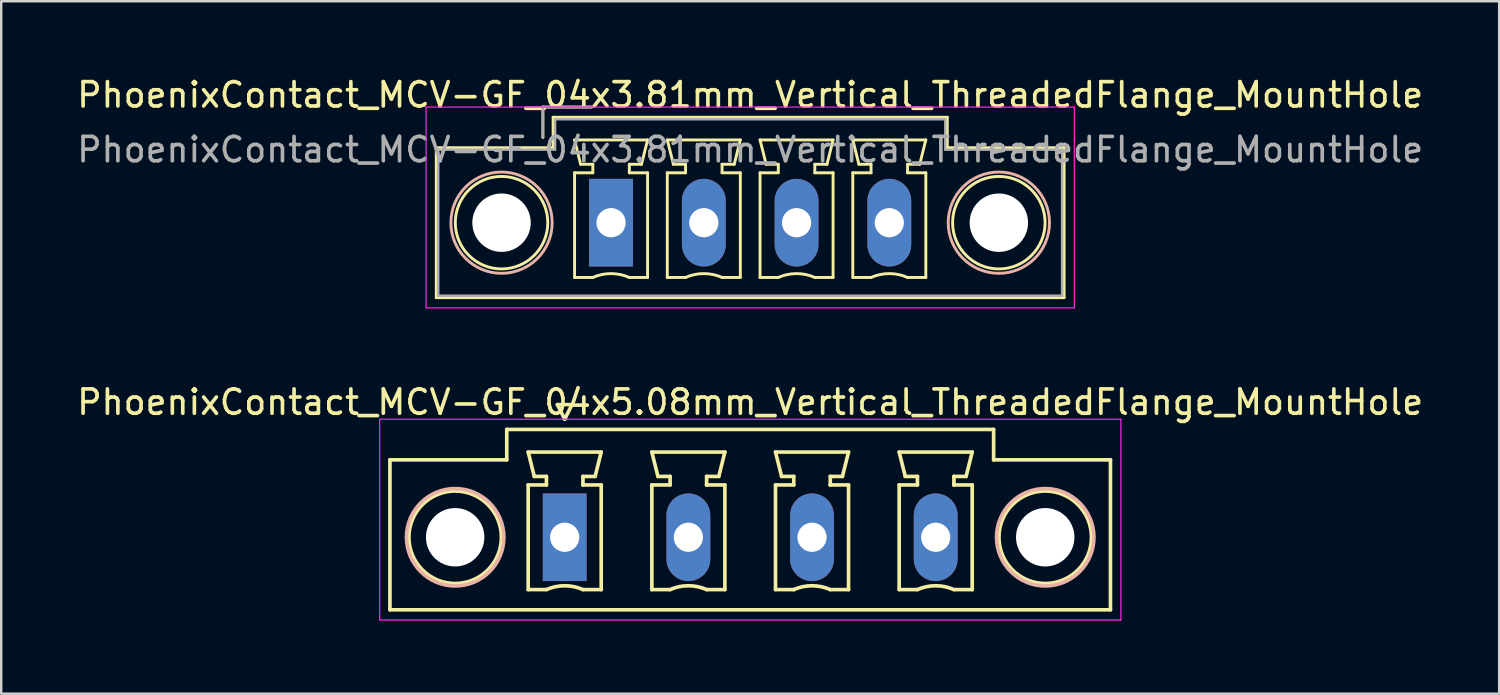
<source format=kicad_pcb>
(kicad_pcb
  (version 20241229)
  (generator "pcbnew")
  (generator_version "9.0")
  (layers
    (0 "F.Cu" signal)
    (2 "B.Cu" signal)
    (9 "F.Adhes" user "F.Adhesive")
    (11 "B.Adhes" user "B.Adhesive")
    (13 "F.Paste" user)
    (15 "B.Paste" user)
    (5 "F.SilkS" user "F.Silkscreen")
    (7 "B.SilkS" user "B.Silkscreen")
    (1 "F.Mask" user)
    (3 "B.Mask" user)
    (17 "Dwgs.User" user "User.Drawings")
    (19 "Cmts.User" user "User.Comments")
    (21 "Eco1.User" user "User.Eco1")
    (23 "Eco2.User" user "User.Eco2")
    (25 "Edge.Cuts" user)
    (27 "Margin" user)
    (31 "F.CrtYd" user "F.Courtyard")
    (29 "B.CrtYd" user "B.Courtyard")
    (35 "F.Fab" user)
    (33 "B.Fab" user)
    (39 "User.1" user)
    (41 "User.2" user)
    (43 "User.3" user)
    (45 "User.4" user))
  (footprint "PhoenixContact_MCV-GF_04x3.81mm_Vertical_ThreadedFlange_MountHole"
    (layer "F.Cu")
    (at 22.053 6.098)
    (property "Reference" "PhoenixContact_MCV-GF_04x3.81mm_Vertical_ThreadedFlange_MountHole" (at 5.715 -5.25 0) (layer "F.SilkS") (effects (font (size 1 1) (thickness 0.15))))
    (attr through_hole)
    (fp_line (start -7.18 -3.08) (end -7.18 3.08) (stroke (width 0.12) (type solid)) (layer "F.SilkS"))
    (fp_line (start -7.18 3.08) (end 18.61 3.08) (stroke (width 0.12) (type solid)) (layer "F.SilkS"))
    (fp_line (start -2.8 -4.75) (end -0.8 -4.75) (stroke (width 0.12) (type solid)) (layer "F.SilkS"))
    (fp_line (start -2.8 -3.5) (end -2.8 -4.75) (stroke (width 0.12) (type solid)) (layer "F.SilkS"))
    (fp_line (start -2.38 -4.33) (end -2.38 -3.08) (stroke (width 0.12) (type solid)) (layer "F.SilkS"))
    (fp_line (start -2.38 -3.08) (end -7.18 -3.08) (stroke (width 0.12) (type solid)) (layer "F.SilkS"))
    (fp_line (start -1.5 -3.4) (end 1.5 -3.4) (stroke (width 0.12) (type solid)) (layer "F.SilkS"))
    (fp_line (start -1.5 -2.05) (end -0.75 -2.05) (stroke (width 0.12) (type solid)) (layer "F.SilkS"))
    (fp_line (start -1.5 2.25) (end -1.5 -2.05) (stroke (width 0.12) (type solid)) (layer "F.SilkS"))
    (fp_line (start -1.25 -2.4) (end -1.5 -3.4) (stroke (width 0.12) (type solid)) (layer "F.SilkS"))
    (fp_line (start -0.75 -2.4) (end -1.25 -2.4) (stroke (width 0.12) (type solid)) (layer "F.SilkS"))
    (fp_line (start -0.75 -2.05) (end -0.75 -2.4) (stroke (width 0.12) (type solid)) (layer "F.SilkS"))
    (fp_line (start -0.75 2.25) (end -1.5 2.25) (stroke (width 0.12) (type solid)) (layer "F.SilkS"))
    (fp_line (start 0.75 -2.4) (end 0.75 -2.05) (stroke (width 0.12) (type solid)) (layer "F.SilkS"))
    (fp_line (start 0.75 -2.05) (end 1.5 -2.05) (stroke (width 0.12) (type solid)) (layer "F.SilkS"))
    (fp_line (start 1.25 -2.4) (end 0.75 -2.4) (stroke (width 0.12) (type solid)) (layer "F.SilkS"))
    (fp_line (start 1.5 -3.4) (end 1.25 -2.4) (stroke (width 0.12) (type solid)) (layer "F.SilkS"))
    (fp_line (start 1.5 -2.05) (end 1.5 2.25) (stroke (width 0.12) (type solid)) (layer "F.SilkS"))
    (fp_line (start 1.5 2.25) (end 0.75 2.25) (stroke (width 0.12) (type solid)) (layer "F.SilkS"))
    (fp_line (start 2.31 -3.4) (end 5.31 -3.4) (stroke (width 0.12) (type solid)) (layer "F.SilkS"))
    (fp_line (start 2.31 -2.05) (end 3.06 -2.05) (stroke (width 0.12) (type solid)) (layer "F.SilkS"))
    (fp_line (start 2.31 2.25) (end 2.31 -2.05) (stroke (width 0.12) (type solid)) (layer "F.SilkS"))
    (fp_line (start 2.56 -2.4) (end 2.31 -3.4) (stroke (width 0.12) (type solid)) (layer "F.SilkS"))
    (fp_line (start 3.06 -2.4) (end 2.56 -2.4) (stroke (width 0.12) (type solid)) (layer "F.SilkS"))
    (fp_line (start 3.06 -2.05) (end 3.06 -2.4) (stroke (width 0.12) (type solid)) (layer "F.SilkS"))
    (fp_line (start 3.06 2.25) (end 2.31 2.25) (stroke (width 0.12) (type solid)) (layer "F.SilkS"))
    (fp_line (start 4.56 -2.4) (end 4.56 -2.05) (stroke (width 0.12) (type solid)) (layer "F.SilkS"))
    (fp_line (start 4.56 -2.05) (end 5.31 -2.05) (stroke (width 0.12) (type solid)) (layer "F.SilkS"))
    (fp_line (start 5.06 -2.4) (end 4.56 -2.4) (stroke (width 0.12) (type solid)) (layer "F.SilkS"))
    (fp_line (start 5.31 -3.4) (end 5.06 -2.4) (stroke (width 0.12) (type solid)) (layer "F.SilkS"))
    (fp_line (start 5.31 -2.05) (end 5.31 2.25) (stroke (width 0.12) (type solid)) (layer "F.SilkS"))
    (fp_line (start 5.31 2.25) (end 4.56 2.25) (stroke (width 0.12) (type solid)) (layer "F.SilkS"))
    (fp_line (start 6.12 -3.4) (end 9.12 -3.4) (stroke (width 0.12) (type solid)) (layer "F.SilkS"))
    (fp_line (start 6.12 -2.05) (end 6.87 -2.05) (stroke (width 0.12) (type solid)) (layer "F.SilkS"))
    (fp_line (start 6.12 2.25) (end 6.12 -2.05) (stroke (width 0.12) (type solid)) (layer "F.SilkS"))
    (fp_line (start 6.37 -2.4) (end 6.12 -3.4) (stroke (width 0.12) (type solid)) (layer "F.SilkS"))
    (fp_line (start 6.87 -2.4) (end 6.37 -2.4) (stroke (width 0.12) (type solid)) (layer "F.SilkS"))
    (fp_line (start 6.87 -2.05) (end 6.87 -2.4) (stroke (width 0.12) (type solid)) (layer "F.SilkS"))
    (fp_line (start 6.87 2.25) (end 6.12 2.25) (stroke (width 0.12) (type solid)) (layer "F.SilkS"))
    (fp_line (start 8.37 -2.4) (end 8.37 -2.05) (stroke (width 0.12) (type solid)) (layer "F.SilkS"))
    (fp_line (start 8.37 -2.05) (end 9.12 -2.05) (stroke (width 0.12) (type solid)) (layer "F.SilkS"))
    (fp_line (start 8.87 -2.4) (end 8.37 -2.4) (stroke (width 0.12) (type solid)) (layer "F.SilkS"))
    (fp_line (start 9.12 -3.4) (end 8.87 -2.4) (stroke (width 0.12) (type solid)) (layer "F.SilkS"))
    (fp_line (start 9.12 -2.05) (end 9.12 2.25) (stroke (width 0.12) (type solid)) (layer "F.SilkS"))
    (fp_line (start 9.12 2.25) (end 8.37 2.25) (stroke (width 0.12) (type solid)) (layer "F.SilkS"))
    (fp_line (start 9.93 -3.4) (end 12.93 -3.4) (stroke (width 0.12) (type solid)) (layer "F.SilkS"))
    (fp_line (start 9.93 -2.05) (end 10.68 -2.05) (stroke (width 0.12) (type solid)) (layer "F.SilkS"))
    (fp_line (start 9.93 2.25) (end 9.93 -2.05) (stroke (width 0.12) (type solid)) (layer "F.SilkS"))
    (fp_line (start 10.18 -2.4) (end 9.93 -3.4) (stroke (width 0.12) (type solid)) (layer "F.SilkS"))
    (fp_line (start 10.68 -2.4) (end 10.18 -2.4) (stroke (width 0.12) (type solid)) (layer "F.SilkS"))
    (fp_line (start 10.68 -2.05) (end 10.68 -2.4) (stroke (width 0.12) (type solid)) (layer "F.SilkS"))
    (fp_line (start 10.68 2.25) (end 9.93 2.25) (stroke (width 0.12) (type solid)) (layer "F.SilkS"))
    (fp_line (start 12.18 -2.4) (end 12.18 -2.05) (stroke (width 0.12) (type solid)) (layer "F.SilkS"))
    (fp_line (start 12.18 -2.05) (end 12.93 -2.05) (stroke (width 0.12) (type solid)) (layer "F.SilkS"))
    (fp_line (start 12.68 -2.4) (end 12.18 -2.4) (stroke (width 0.12) (type solid)) (layer "F.SilkS"))
    (fp_line (start 12.93 -3.4) (end 12.68 -2.4) (stroke (width 0.12) (type solid)) (layer "F.SilkS"))
    (fp_line (start 12.93 -2.05) (end 12.93 2.25) (stroke (width 0.12) (type solid)) (layer "F.SilkS"))
    (fp_line (start 12.93 2.25) (end 12.18 2.25) (stroke (width 0.12) (type solid)) (layer "F.SilkS"))
    (fp_line (start 13.81 -4.33) (end -2.38 -4.33) (stroke (width 0.12) (type solid)) (layer "F.SilkS"))
    (fp_line (start 13.81 -3.08) (end 13.81 -4.33) (stroke (width 0.12) (type solid)) (layer "F.SilkS"))
    (fp_line (start 18.61 -3.08) (end 13.81 -3.08) (stroke (width 0.12) (type solid)) (layer "F.SilkS"))
    (fp_line (start 18.61 3.08) (end 18.61 -3.08) (stroke (width 0.12) (type solid)) (layer "F.SilkS"))
    (fp_arc (start -0.75 2.25) (mid -0.000193 2.09191) (end 0.749647 2.249844) (stroke (width 0.12) (type solid)) (layer "F.SilkS"))
    (fp_arc (start 3.06 2.25) (mid 3.809807 2.09191) (end 4.559647 2.249844) (stroke (width 0.12) (type solid)) (layer "F.SilkS"))
    (fp_arc (start 6.87 2.25) (mid 7.619807 2.09191) (end 8.369647 2.249844) (stroke (width 0.12) (type solid)) (layer "F.SilkS"))
    (fp_arc (start 10.68 2.25) (mid 11.429807 2.09191) (end 12.179647 2.249844) (stroke (width 0.12) (type solid)) (layer "F.SilkS"))
    (fp_circle (center -4.5 0) (end -2.6 0) (stroke (width 0.12) (type solid)) (fill no) (layer "F.SilkS"))
    (fp_circle (center 15.93 0) (end 17.83 0) (stroke (width 0.12) (type solid)) (fill no) (layer "F.SilkS"))
    (fp_circle (center -4.5 0) (end -2.42 0) (stroke (width 0.12) (type solid)) (fill no) (layer "B.SilkS"))
    (fp_circle (center 15.93 0) (end 18.01 0) (stroke (width 0.12) (type solid)) (fill no) (layer "B.SilkS"))
    (fp_line (start -7.6 -4.75) (end -7.6 3.5) (stroke (width 0.05) (type solid)) (layer "F.CrtYd"))
    (fp_line (start -7.6 3.5) (end 19.03 3.5) (stroke (width 0.05) (type solid)) (layer "F.CrtYd"))
    (fp_line (start 19.03 -4.75) (end -7.6 -4.75) (stroke (width 0.05) (type solid)) (layer "F.CrtYd"))
    (fp_line (start 19.03 3.5) (end 19.03 -4.75) (stroke (width 0.05) (type solid)) (layer "F.CrtYd"))
    (fp_line (start -7.1 -3) (end -7.1 3) (stroke (width 0.1) (type solid)) (layer "F.Fab"))
    (fp_line (start -7.1 3) (end 18.53 3) (stroke (width 0.1) (type solid)) (layer "F.Fab"))
    (fp_line (start -2.8 -4.75) (end -0.8 -4.75) (stroke (width 0.1) (type solid)) (layer "F.Fab"))
    (fp_line (start -2.8 -3.5) (end -2.8 -4.75) (stroke (width 0.1) (type solid)) (layer "F.Fab"))
    (fp_line (start -2.3 -4.25) (end -2.3 -3) (stroke (width 0.1) (type solid)) (layer "F.Fab"))
    (fp_line (start -2.3 -3) (end -7.1 -3) (stroke (width 0.1) (type solid)) (layer "F.Fab"))
    (fp_line (start 13.73 -4.25) (end -2.3 -4.25) (stroke (width 0.1) (type solid)) (layer "F.Fab"))
    (fp_line (start 13.73 -3) (end 13.73 -4.25) (stroke (width 0.1) (type solid)) (layer "F.Fab"))
    (fp_line (start 18.53 -3) (end 13.73 -3) (stroke (width 0.1) (type solid)) (layer "F.Fab"))
    (fp_line (start 18.53 3) (end 18.53 -3) (stroke (width 0.1) (type solid)) (layer "F.Fab"))
    (fp_text user "${REFERENCE}" (at 5.715 -3 0) (layer "F.Fab") (effects (font (size 1 1) (thickness 0.15))))
    (pad "" np_thru_hole circle (at -4.5 0) (size 2.4 2.4) (drill 2.4) (layers "*.Cu" "*.Mask"))
    (pad "" np_thru_hole circle (at 15.93 0) (size 2.4 2.4) (drill 2.4) (layers "*.Cu" "*.Mask"))
    (pad "1" thru_hole rect (at 0 0) (size 1.8 3.6) (drill 1.2) (layers "*.Cu" "*.Mask"))
    (pad "2" thru_hole oval (at 3.81 0) (size 1.8 3.6) (drill 1.2) (layers "*.Cu" "*.Mask"))
    (pad "3" thru_hole oval (at 7.62 0) (size 1.8 3.6) (drill 1.2) (layers "*.Cu" "*.Mask"))
    (pad "4" thru_hole oval (at 11.43 0) (size 1.8 3.6) (drill 1.2) (layers "*.Cu" "*.Mask")))
  (footprint "PhoenixContact_MCV-GF_04x5.08mm_Vertical_ThreadedFlange_MountHole"
    (layer "F.Cu")
    (at 20.148 19.021)
    (property "Reference" "PhoenixContact_MCV-GF_04x5.08mm_Vertical_ThreadedFlange_MountHole" (at 7.62 -5.55 0) (layer "F.SilkS") (effects (font (size 1 1) (thickness 0.15))))
    (attr through_hole)
    (fp_line (start -7.18 -3.18) (end -7.18 2.98) (stroke (width 0.15) (type solid)) (layer "F.SilkS"))
    (fp_line (start -7.18 2.98) (end 22.42 2.98) (stroke (width 0.15) (type solid)) (layer "F.SilkS"))
    (fp_line (start -2.38 -4.43) (end -2.38 -3.18) (stroke (width 0.15) (type solid)) (layer "F.SilkS"))
    (fp_line (start -2.38 -3.18) (end -7.18 -3.18) (stroke (width 0.15) (type solid)) (layer "F.SilkS"))
    (fp_line (start -1.5 -3.5) (end 1.5 -3.5) (stroke (width 0.15) (type solid)) (layer "F.SilkS"))
    (fp_line (start -1.5 -2.15) (end -0.75 -2.15) (stroke (width 0.15) (type solid)) (layer "F.SilkS"))
    (fp_line (start -1.5 2.15) (end -1.5 -2.15) (stroke (width 0.15) (type solid)) (layer "F.SilkS"))
    (fp_line (start -1.25 -2.5) (end -1.5 -3.5) (stroke (width 0.15) (type solid)) (layer "F.SilkS"))
    (fp_line (start -0.75 -2.5) (end -1.25 -2.5) (stroke (width 0.15) (type solid)) (layer "F.SilkS"))
    (fp_line (start -0.75 -2.15) (end -0.75 -2.5) (stroke (width 0.15) (type solid)) (layer "F.SilkS"))
    (fp_line (start -0.75 2.15) (end -1.5 2.15) (stroke (width 0.15) (type solid)) (layer "F.SilkS"))
    (fp_line (start -0.3 -5.45) (end 0 -4.85) (stroke (width 0.15) (type solid)) (layer "F.SilkS"))
    (fp_line (start 0 -4.85) (end 0.3 -5.45) (stroke (width 0.15) (type solid)) (layer "F.SilkS"))
    (fp_line (start 0.3 -5.45) (end -0.3 -5.45) (stroke (width 0.15) (type solid)) (layer "F.SilkS"))
    (fp_line (start 0.75 -2.5) (end 0.75 -2.15) (stroke (width 0.15) (type solid)) (layer "F.SilkS"))
    (fp_line (start 0.75 -2.15) (end 0.75 -2.15) (stroke (width 0.15) (type solid)) (layer "F.SilkS"))
    (fp_line (start 0.75 -2.15) (end 1.5 -2.15) (stroke (width 0.15) (type solid)) (layer "F.SilkS"))
    (fp_line (start 1.25 -2.5) (end 0.75 -2.5) (stroke (width 0.15) (type solid)) (layer "F.SilkS"))
    (fp_line (start 1.5 -3.5) (end 1.25 -2.5) (stroke (width 0.15) (type solid)) (layer "F.SilkS"))
    (fp_line (start 1.5 -2.15) (end 1.5 2.15) (stroke (width 0.15) (type solid)) (layer "F.SilkS"))
    (fp_line (start 1.5 2.15) (end 0.75 2.15) (stroke (width 0.15) (type solid)) (layer "F.SilkS"))
    (fp_line (start 3.58 -3.5) (end 6.58 -3.5) (stroke (width 0.15) (type solid)) (layer "F.SilkS"))
    (fp_line (start 3.58 -2.15) (end 4.33 -2.15) (stroke (width 0.15) (type solid)) (layer "F.SilkS"))
    (fp_line (start 3.58 2.15) (end 3.58 -2.15) (stroke (width 0.15) (type solid)) (layer "F.SilkS"))
    (fp_line (start 3.83 -2.5) (end 3.58 -3.5) (stroke (width 0.15) (type solid)) (layer "F.SilkS"))
    (fp_line (start 4.33 -2.5) (end 3.83 -2.5) (stroke (width 0.15) (type solid)) (layer "F.SilkS"))
    (fp_line (start 4.33 -2.15) (end 4.33 -2.5) (stroke (width 0.15) (type solid)) (layer "F.SilkS"))
    (fp_line (start 4.33 2.15) (end 3.58 2.15) (stroke (width 0.15) (type solid)) (layer "F.SilkS"))
    (fp_line (start 5.83 -2.5) (end 5.83 -2.15) (stroke (width 0.15) (type solid)) (layer "F.SilkS"))
    (fp_line (start 5.83 -2.15) (end 5.83 -2.15) (stroke (width 0.15) (type solid)) (layer "F.SilkS"))
    (fp_line (start 5.83 -2.15) (end 6.58 -2.15) (stroke (width 0.15) (type solid)) (layer "F.SilkS"))
    (fp_line (start 6.33 -2.5) (end 5.83 -2.5) (stroke (width 0.15) (type solid)) (layer "F.SilkS"))
    (fp_line (start 6.58 -3.5) (end 6.33 -2.5) (stroke (width 0.15) (type solid)) (layer "F.SilkS"))
    (fp_line (start 6.58 -2.15) (end 6.58 2.15) (stroke (width 0.15) (type solid)) (layer "F.SilkS"))
    (fp_line (start 6.58 2.15) (end 5.83 2.15) (stroke (width 0.15) (type solid)) (layer "F.SilkS"))
    (fp_line (start 8.66 -3.5) (end 11.66 -3.5) (stroke (width 0.15) (type solid)) (layer "F.SilkS"))
    (fp_line (start 8.66 -2.15) (end 9.41 -2.15) (stroke (width 0.15) (type solid)) (layer "F.SilkS"))
    (fp_line (start 8.66 2.15) (end 8.66 -2.15) (stroke (width 0.15) (type solid)) (layer "F.SilkS"))
    (fp_line (start 8.91 -2.5) (end 8.66 -3.5) (stroke (width 0.15) (type solid)) (layer "F.SilkS"))
    (fp_line (start 9.41 -2.5) (end 8.91 -2.5) (stroke (width 0.15) (type solid)) (layer "F.SilkS"))
    (fp_line (start 9.41 -2.15) (end 9.41 -2.5) (stroke (width 0.15) (type solid)) (layer "F.SilkS"))
    (fp_line (start 9.41 2.15) (end 8.66 2.15) (stroke (width 0.15) (type solid)) (layer "F.SilkS"))
    (fp_line (start 10.91 -2.5) (end 10.91 -2.15) (stroke (width 0.15) (type solid)) (layer "F.SilkS"))
    (fp_line (start 10.91 -2.15) (end 10.91 -2.15) (stroke (width 0.15) (type solid)) (layer "F.SilkS"))
    (fp_line (start 10.91 -2.15) (end 11.66 -2.15) (stroke (width 0.15) (type solid)) (layer "F.SilkS"))
    (fp_line (start 11.41 -2.5) (end 10.91 -2.5) (stroke (width 0.15) (type solid)) (layer "F.SilkS"))
    (fp_line (start 11.66 -3.5) (end 11.41 -2.5) (stroke (width 0.15) (type solid)) (layer "F.SilkS"))
    (fp_line (start 11.66 -2.15) (end 11.66 2.15) (stroke (width 0.15) (type solid)) (layer "F.SilkS"))
    (fp_line (start 11.66 2.15) (end 10.91 2.15) (stroke (width 0.15) (type solid)) (layer "F.SilkS"))
    (fp_line (start 13.74 -3.5) (end 16.74 -3.5) (stroke (width 0.15) (type solid)) (layer "F.SilkS"))
    (fp_line (start 13.74 -2.15) (end 14.49 -2.15) (stroke (width 0.15) (type solid)) (layer "F.SilkS"))
    (fp_line (start 13.74 2.15) (end 13.74 -2.15) (stroke (width 0.15) (type solid)) (layer "F.SilkS"))
    (fp_line (start 13.99 -2.5) (end 13.74 -3.5) (stroke (width 0.15) (type solid)) (layer "F.SilkS"))
    (fp_line (start 14.49 -2.5) (end 13.99 -2.5) (stroke (width 0.15) (type solid)) (layer "F.SilkS"))
    (fp_line (start 14.49 -2.15) (end 14.49 -2.5) (stroke (width 0.15) (type solid)) (layer "F.SilkS"))
    (fp_line (start 14.49 2.15) (end 13.74 2.15) (stroke (width 0.15) (type solid)) (layer "F.SilkS"))
    (fp_line (start 15.99 -2.5) (end 15.99 -2.15) (stroke (width 0.15) (type solid)) (layer "F.SilkS"))
    (fp_line (start 15.99 -2.15) (end 15.99 -2.15) (stroke (width 0.15) (type solid)) (layer "F.SilkS"))
    (fp_line (start 15.99 -2.15) (end 16.74 -2.15) (stroke (width 0.15) (type solid)) (layer "F.SilkS"))
    (fp_line (start 16.49 -2.5) (end 15.99 -2.5) (stroke (width 0.15) (type solid)) (layer "F.SilkS"))
    (fp_line (start 16.74 -3.5) (end 16.49 -2.5) (stroke (width 0.15) (type solid)) (layer "F.SilkS"))
    (fp_line (start 16.74 -2.15) (end 16.74 2.15) (stroke (width 0.15) (type solid)) (layer "F.SilkS"))
    (fp_line (start 16.74 2.15) (end 15.99 2.15) (stroke (width 0.15) (type solid)) (layer "F.SilkS"))
    (fp_line (start 17.62 -4.43) (end -2.38 -4.43) (stroke (width 0.15) (type solid)) (layer "F.SilkS"))
    (fp_line (start 17.62 -3.18) (end 17.62 -4.43) (stroke (width 0.15) (type solid)) (layer "F.SilkS"))
    (fp_line (start 22.42 -3.18) (end 17.62 -3.18) (stroke (width 0.15) (type solid)) (layer "F.SilkS"))
    (fp_line (start 22.42 2.98) (end 22.42 -3.18) (stroke (width 0.15) (type solid)) (layer "F.SilkS"))
    (fp_arc (start -0.75 2.15) (mid -0.000193 1.99191) (end 0.749647 2.149844) (stroke (width 0.15) (type solid)) (layer "F.SilkS"))
    (fp_arc (start 4.33 2.15) (mid 5.079807 1.99191) (end 5.829647 2.149844) (stroke (width 0.15) (type solid)) (layer "F.SilkS"))
    (fp_arc (start 9.41 2.15) (mid 10.159807 1.99191) (end 10.909647 2.149844) (stroke (width 0.15) (type solid)) (layer "F.SilkS"))
    (fp_arc (start 14.49 2.15) (mid 15.239807 1.99191) (end 15.989647 2.149844) (stroke (width 0.15) (type solid)) (layer "F.SilkS"))
    (fp_circle (center -4.5 0) (end -2.6 0) (stroke (width 0.15) (type solid)) (fill no) (layer "F.SilkS"))
    (fp_circle (center 19.74 0) (end 21.64 0) (stroke (width 0.15) (type solid)) (fill no) (layer "F.SilkS"))
    (fp_circle (center -4.5 0) (end -2.5 0) (stroke (width 0.15) (type solid)) (fill no) (layer "B.SilkS"))
    (fp_circle (center 19.74 0) (end 21.74 0) (stroke (width 0.15) (type solid)) (fill no) (layer "B.SilkS"))
    (fp_line (start -7.6 -4.85) (end -7.6 3.4) (stroke (width 0.05) (type solid)) (layer "F.CrtYd"))
    (fp_line (start -7.6 3.4) (end 22.85 3.4) (stroke (width 0.05) (type solid)) (layer "F.CrtYd"))
    (fp_line (start 22.85 -4.85) (end -7.6 -4.85) (stroke (width 0.05) (type solid)) (layer "F.CrtYd"))
    (fp_line (start 22.85 3.4) (end 22.85 -4.85) (stroke (width 0.05) (type solid)) (layer "F.CrtYd"))
    (pad "" np_thru_hole circle (at -4.5 0) (size 2.4 2.4) (drill 2.4) (layers "*.Cu" "*.Mask"))
    (pad "" np_thru_hole circle (at 19.74 0) (size 2.4 2.4) (drill 2.4) (layers "*.Cu" "*.Mask"))
    (pad "1" thru_hole rect (at 0 0) (size 1.8 3.6) (drill 1.2) (layers "*.Cu" "*.Mask"))
    (pad "2" thru_hole oval (at 5.08 0) (size 1.8 3.6) (drill 1.2) (layers "*.Cu" "*.Mask"))
    (pad "3" thru_hole oval (at 10.16 0) (size 1.8 3.6) (drill 1.2) (layers "*.Cu" "*.Mask"))
    (pad "4" thru_hole oval (at 15.24 0) (size 1.8 3.6) (drill 1.2) (layers "*.Cu" "*.Mask")))
  (gr_rect
    (start -3 -3)
    (end 58.536 25.447)
    (stroke (width 0.1) (type default))
    (fill no)
    (layer "Edge.Cuts")))
</source>
